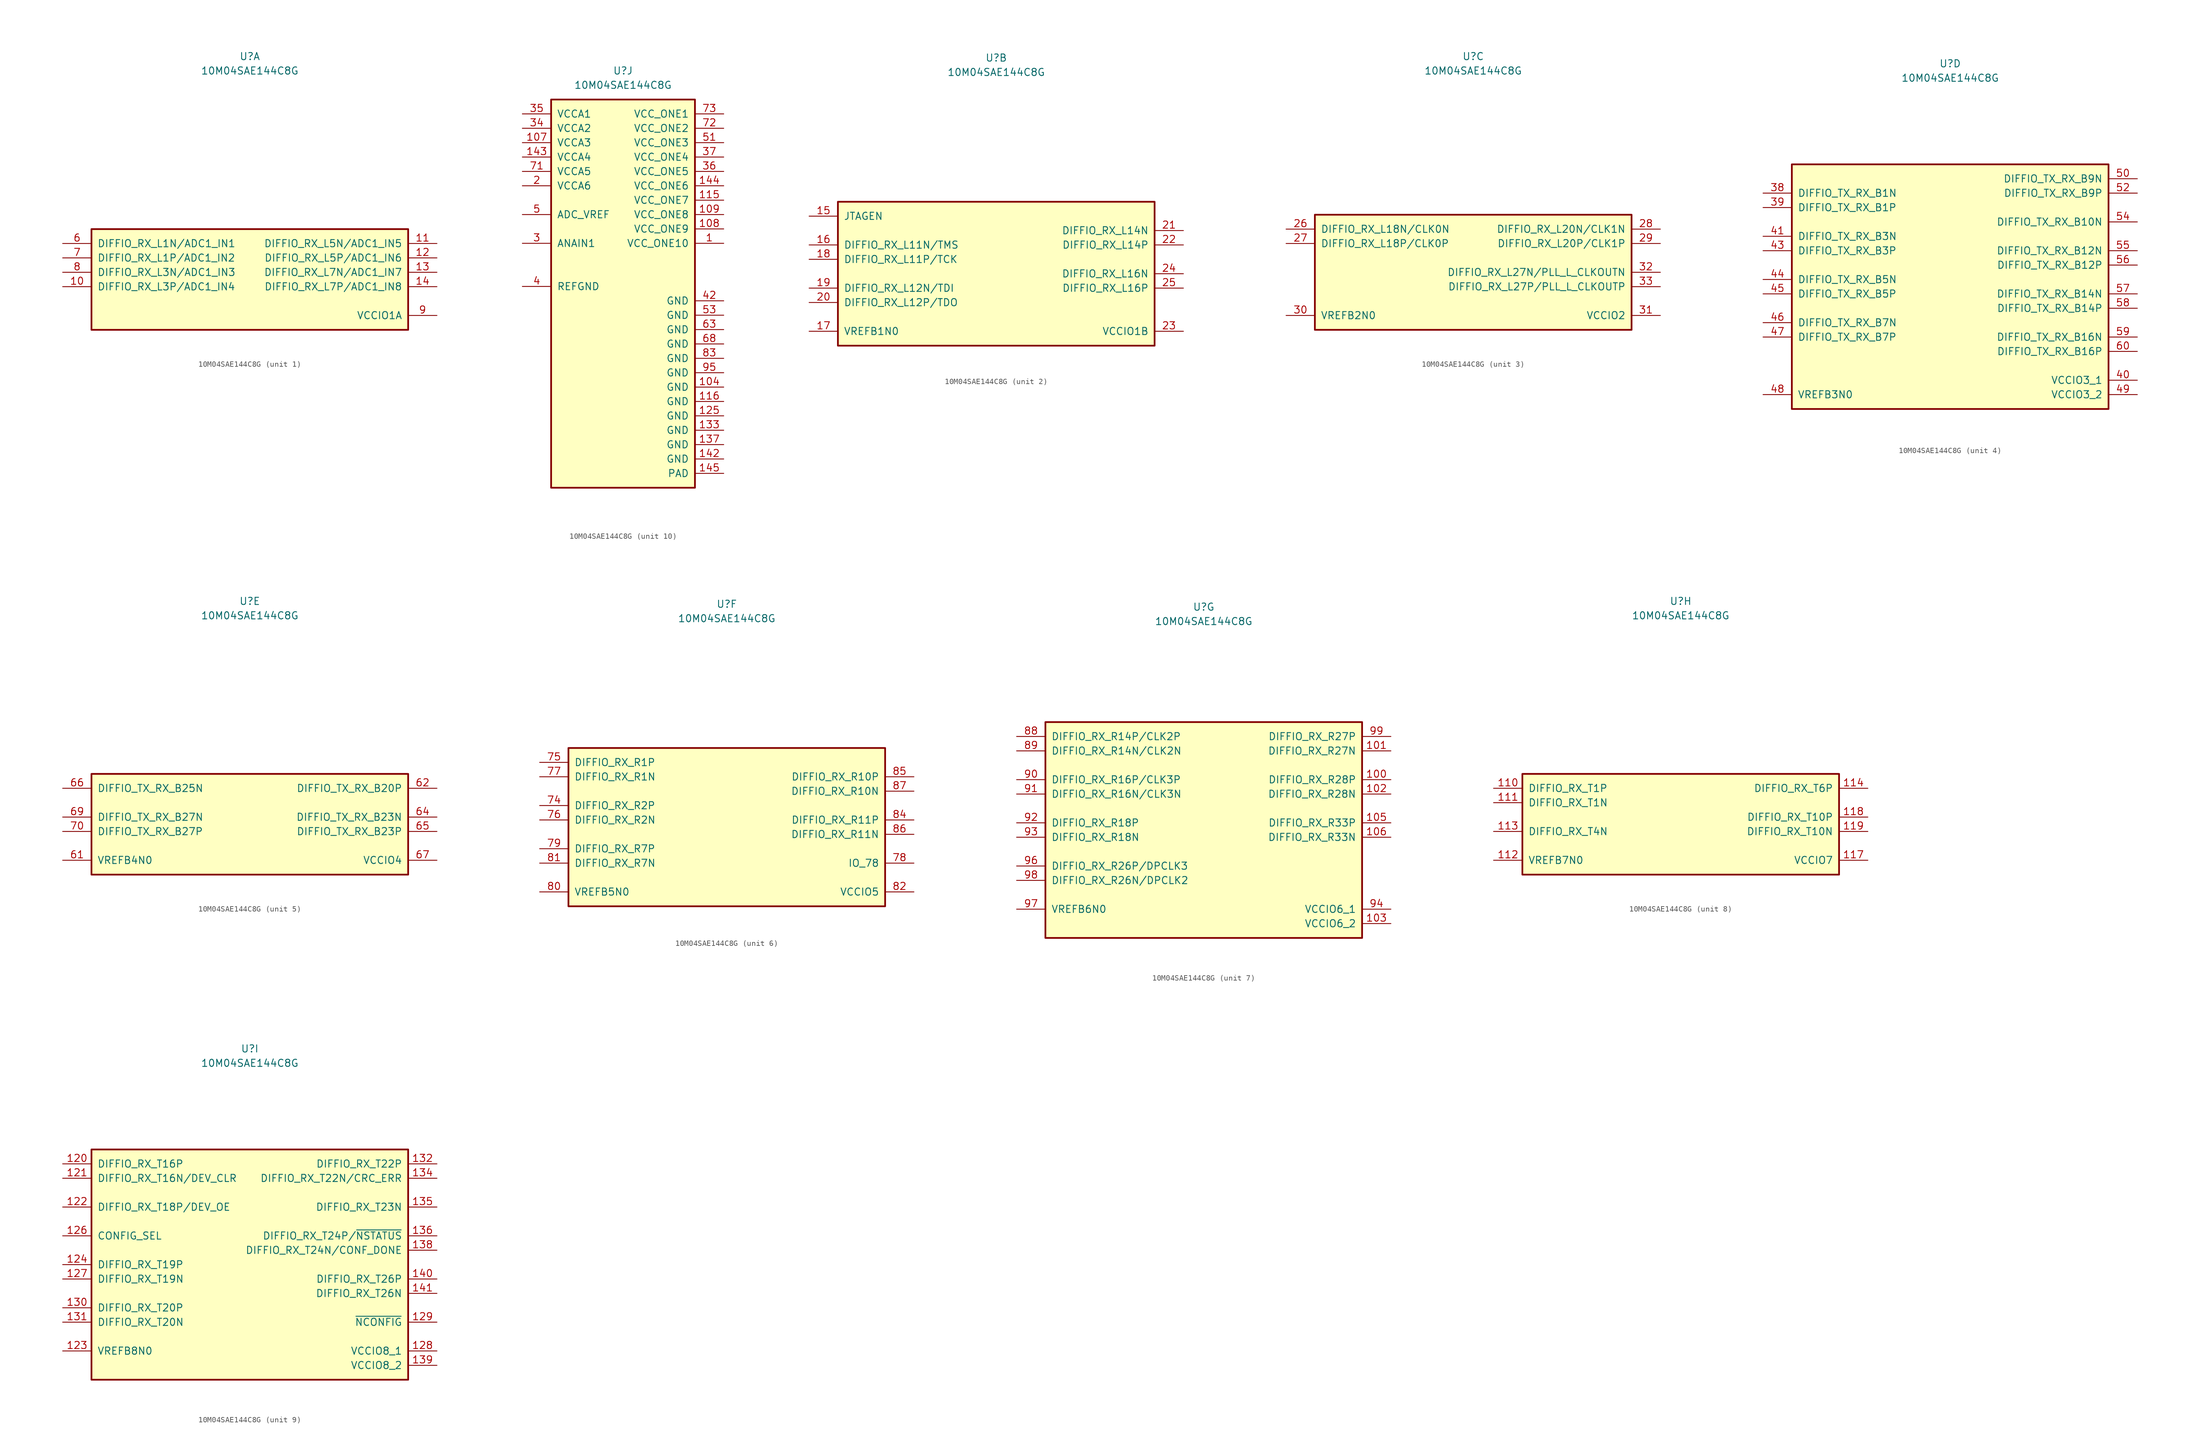
<source format=kicad_sym>
(kicad_symbol_lib
  (version 20211014)
  (generator kicad_symbol_editor)
  (symbol "10M04SAE144C8G"
    (pin_names
      (offset 1.016))
    (property "Reference" "U"
      (at 0 38.1 0)
      (effects (font (size 1.27 1.27))))
    (property "Value" "10M04SAE144C8G"
      (at 0 35.56 0)
      (effects (font (size 1.27 1.27))))
    (property "ki_locked" ""
      (at 0 0 0)
      (effects (font (size 1.27 1.27))))
    (symbol "10M04SAE144C8G_1_0"
      (pin bidirectional line (at -33.02 -2.54 0) (length 5.08) (name "DIFFIO_RX_L3P/ADC1_IN4" (effects (font (size 1.27 1.27)))) (number "10" (effects (font (size 1.27 1.27)))))
      (pin bidirectional line (at 33.02 5.08 180) (length 5.08) (name "DIFFIO_RX_L5N/ADC1_IN5" (effects (font (size 1.27 1.27)))) (number "11" (effects (font (size 1.27 1.27)))))
      (pin bidirectional line (at 33.02 2.54 180) (length 5.08) (name "DIFFIO_RX_L5P/ADC1_IN6" (effects (font (size 1.27 1.27)))) (number "12" (effects (font (size 1.27 1.27)))))
      (pin bidirectional line (at 33.02 0 180) (length 5.08) (name "DIFFIO_RX_L7N/ADC1_IN7" (effects (font (size 1.27 1.27)))) (number "13" (effects (font (size 1.27 1.27)))))
      (pin bidirectional line (at 33.02 -2.54 180) (length 5.08) (name "DIFFIO_RX_L7P/ADC1_IN8" (effects (font (size 1.27 1.27)))) (number "14" (effects (font (size 1.27 1.27)))))
      (pin bidirectional line (at -33.02 5.08 0) (length 5.08) (name "DIFFIO_RX_L1N/ADC1_IN1" (effects (font (size 1.27 1.27)))) (number "6" (effects (font (size 1.27 1.27)))))
      (pin bidirectional line (at -33.02 2.54 0) (length 5.08) (name "DIFFIO_RX_L1P/ADC1_IN2" (effects (font (size 1.27 1.27)))) (number "7" (effects (font (size 1.27 1.27)))))
      (pin bidirectional line (at -33.02 0 0) (length 5.08) (name "DIFFIO_RX_L3N/ADC1_IN3" (effects (font (size 1.27 1.27)))) (number "8" (effects (font (size 1.27 1.27)))))
      (pin power_in line (at 33.02 -7.62 180) (length 5.08) (name "VCCIO1A" (effects (font (size 1.27 1.27)))) (number "9" (effects (font (size 1.27 1.27))))))
    (symbol "10M04SAE144C8G_1_1"
      (rectangle (start -27.94 7.62) (end 27.94 -10.16) (stroke (width 0.305) (type default) (color 0 0 0 0)) (fill (type background))))
    (symbol "10M04SAE144C8G_2_0"
      (rectangle (start -27.94 12.7) (end 27.94 -12.7) (stroke (width 0.305) (type default) (color 0 0 0 0)) (fill (type background)))
      (pin bidirectional line (at -33.02 10.16 0) (length 5.08) (name "JTAGEN" (effects (font (size 1.27 1.27)))) (number "15" (effects (font (size 1.27 1.27)))))
      (pin bidirectional line (at -33.02 5.08 0) (length 5.08) (name "DIFFIO_RX_L11N/TMS" (effects (font (size 1.27 1.27)))) (number "16" (effects (font (size 1.27 1.27)))))
      (pin power_in line (at -33.02 -10.16 0) (length 5.08) (name "VREFB1N0" (effects (font (size 1.27 1.27)))) (number "17" (effects (font (size 1.27 1.27)))))
      (pin bidirectional line (at -33.02 2.54 0) (length 5.08) (name "DIFFIO_RX_L11P/TCK" (effects (font (size 1.27 1.27)))) (number "18" (effects (font (size 1.27 1.27)))))
      (pin bidirectional line (at -33.02 -2.54 0) (length 5.08) (name "DIFFIO_RX_L12N/TDI" (effects (font (size 1.27 1.27)))) (number "19" (effects (font (size 1.27 1.27)))))
      (pin bidirectional line (at -33.02 -5.08 0) (length 5.08) (name "DIFFIO_RX_L12P/TDO" (effects (font (size 1.27 1.27)))) (number "20" (effects (font (size 1.27 1.27)))))
      (pin bidirectional line (at 33.02 7.62 180) (length 5.08) (name "DIFFIO_RX_L14N" (effects (font (size 1.27 1.27)))) (number "21" (effects (font (size 1.27 1.27)))))
      (pin bidirectional line (at 33.02 5.08 180) (length 5.08) (name "DIFFIO_RX_L14P" (effects (font (size 1.27 1.27)))) (number "22" (effects (font (size 1.27 1.27)))))
      (pin power_in line (at 33.02 -10.16 180) (length 5.08) (name "VCCIO1B" (effects (font (size 1.27 1.27)))) (number "23" (effects (font (size 1.27 1.27)))))
      (pin bidirectional line (at 33.02 0 180) (length 5.08) (name "DIFFIO_RX_L16N" (effects (font (size 1.27 1.27)))) (number "24" (effects (font (size 1.27 1.27)))))
      (pin bidirectional line (at 33.02 -2.54 180) (length 5.08) (name "DIFFIO_RX_L16P" (effects (font (size 1.27 1.27)))) (number "25" (effects (font (size 1.27 1.27))))))
    (symbol "10M04SAE144C8G_3_0"
      (rectangle (start -27.94 10.16) (end 27.94 -10.16) (stroke (width 0.305) (type default) (color 0 0 0 0)) (fill (type background)))
      (pin bidirectional line (at -33.02 7.62 0) (length 5.08) (name "DIFFIO_RX_L18N/CLK0N" (effects (font (size 1.27 1.27)))) (number "26" (effects (font (size 1.27 1.27)))))
      (pin bidirectional line (at -33.02 5.08 0) (length 5.08) (name "DIFFIO_RX_L18P/CLK0P" (effects (font (size 1.27 1.27)))) (number "27" (effects (font (size 1.27 1.27)))))
      (pin bidirectional line (at 33.02 7.62 180) (length 5.08) (name "DIFFIO_RX_L20N/CLK1N" (effects (font (size 1.27 1.27)))) (number "28" (effects (font (size 1.27 1.27)))))
      (pin bidirectional line (at 33.02 5.08 180) (length 5.08) (name "DIFFIO_RX_L20P/CLK1P" (effects (font (size 1.27 1.27)))) (number "29" (effects (font (size 1.27 1.27)))))
      (pin power_in line (at -33.02 -7.62 0) (length 5.08) (name "VREFB2N0" (effects (font (size 1.27 1.27)))) (number "30" (effects (font (size 1.27 1.27)))))
      (pin power_in line (at 33.02 -7.62 180) (length 5.08) (name "VCCIO2" (effects (font (size 1.27 1.27)))) (number "31" (effects (font (size 1.27 1.27)))))
      (pin bidirectional line (at 33.02 0 180) (length 5.08) (name "DIFFIO_RX_L27N/PLL_L_CLKOUTN" (effects (font (size 1.27 1.27)))) (number "32" (effects (font (size 1.27 1.27)))))
      (pin bidirectional line (at 33.02 -2.54 180) (length 5.08) (name "DIFFIO_RX_L27P/PLL_L_CLKOUTP" (effects (font (size 1.27 1.27)))) (number "33" (effects (font (size 1.27 1.27))))))
    (symbol "10M04SAE144C8G_4_0"
      (rectangle (start 27.94 -22.86) (end -27.94 20.32) (stroke (width 0.305) (type default) (color 0 0 0 0)) (fill (type background)))
      (pin bidirectional line (at -33.02 15.24 0) (length 5.08) (name "DIFFIO_TX_RX_B1N" (effects (font (size 1.27 1.27)))) (number "38" (effects (font (size 1.27 1.27)))))
      (pin bidirectional line (at -33.02 12.7 0) (length 5.08) (name "DIFFIO_TX_RX_B1P" (effects (font (size 1.27 1.27)))) (number "39" (effects (font (size 1.27 1.27)))))
      (pin power_in line (at 33.02 -17.78 180) (length 5.08) (name "VCCIO3_1" (effects (font (size 1.27 1.27)))) (number "40" (effects (font (size 1.27 1.27)))))
      (pin bidirectional line (at -33.02 7.62 0) (length 5.08) (name "DIFFIO_TX_RX_B3N" (effects (font (size 1.27 1.27)))) (number "41" (effects (font (size 1.27 1.27)))))
      (pin bidirectional line (at -33.02 5.08 0) (length 5.08) (name "DIFFIO_TX_RX_B3P" (effects (font (size 1.27 1.27)))) (number "43" (effects (font (size 1.27 1.27)))))
      (pin bidirectional line (at -33.02 0 0) (length 5.08) (name "DIFFIO_TX_RX_B5N" (effects (font (size 1.27 1.27)))) (number "44" (effects (font (size 1.27 1.27)))))
      (pin bidirectional line (at -33.02 -2.54 0) (length 5.08) (name "DIFFIO_TX_RX_B5P" (effects (font (size 1.27 1.27)))) (number "45" (effects (font (size 1.27 1.27)))))
      (pin bidirectional line (at -33.02 -7.62 0) (length 5.08) (name "DIFFIO_TX_RX_B7N" (effects (font (size 1.27 1.27)))) (number "46" (effects (font (size 1.27 1.27)))))
      (pin bidirectional line (at -33.02 -10.16 0) (length 5.08) (name "DIFFIO_TX_RX_B7P" (effects (font (size 1.27 1.27)))) (number "47" (effects (font (size 1.27 1.27)))))
      (pin power_in line (at -33.02 -20.32 0) (length 5.08) (name "VREFB3N0" (effects (font (size 1.27 1.27)))) (number "48" (effects (font (size 1.27 1.27)))))
      (pin power_in line (at 33.02 -20.32 180) (length 5.08) (name "VCCIO3_2" (effects (font (size 1.27 1.27)))) (number "49" (effects (font (size 1.27 1.27)))))
      (pin bidirectional line (at 33.02 17.78 180) (length 5.08) (name "DIFFIO_TX_RX_B9N" (effects (font (size 1.27 1.27)))) (number "50" (effects (font (size 1.27 1.27)))))
      (pin bidirectional line (at 33.02 15.24 180) (length 5.08) (name "DIFFIO_TX_RX_B9P" (effects (font (size 1.27 1.27)))) (number "52" (effects (font (size 1.27 1.27)))))
      (pin bidirectional line (at 33.02 10.16 180) (length 5.08) (name "DIFFIO_TX_RX_B10N" (effects (font (size 1.27 1.27)))) (number "54" (effects (font (size 1.27 1.27)))))
      (pin bidirectional line (at 33.02 5.08 180) (length 5.08) (name "DIFFIO_TX_RX_B12N" (effects (font (size 1.27 1.27)))) (number "55" (effects (font (size 1.27 1.27)))))
      (pin bidirectional line (at 33.02 2.54 180) (length 5.08) (name "DIFFIO_TX_RX_B12P" (effects (font (size 1.27 1.27)))) (number "56" (effects (font (size 1.27 1.27)))))
      (pin bidirectional line (at 33.02 -2.54 180) (length 5.08) (name "DIFFIO_TX_RX_B14N" (effects (font (size 1.27 1.27)))) (number "57" (effects (font (size 1.27 1.27)))))
      (pin bidirectional line (at 33.02 -5.08 180) (length 5.08) (name "DIFFIO_TX_RX_B14P" (effects (font (size 1.27 1.27)))) (number "58" (effects (font (size 1.27 1.27)))))
      (pin bidirectional line (at 33.02 -10.16 180) (length 5.08) (name "DIFFIO_TX_RX_B16N" (effects (font (size 1.27 1.27)))) (number "59" (effects (font (size 1.27 1.27)))))
      (pin bidirectional line (at 33.02 -12.7 180) (length 5.08) (name "DIFFIO_TX_RX_B16P" (effects (font (size 1.27 1.27)))) (number "60" (effects (font (size 1.27 1.27))))))
    (symbol "10M04SAE144C8G_5_0"
      (pin power_in line (at -33.02 -7.62 0) (length 5.08) (name "VREFB4N0" (effects (font (size 1.27 1.27)))) (number "61" (effects (font (size 1.27 1.27)))))
      (pin bidirectional line (at 33.02 5.08 180) (length 5.08) (name "DIFFIO_TX_RX_B20P" (effects (font (size 1.27 1.27)))) (number "62" (effects (font (size 1.27 1.27)))))
      (pin bidirectional line (at 33.02 0 180) (length 5.08) (name "DIFFIO_TX_RX_B23N" (effects (font (size 1.27 1.27)))) (number "64" (effects (font (size 1.27 1.27)))))
      (pin bidirectional line (at 33.02 -2.54 180) (length 5.08) (name "DIFFIO_TX_RX_B23P" (effects (font (size 1.27 1.27)))) (number "65" (effects (font (size 1.27 1.27)))))
      (pin bidirectional line (at -33.02 5.08 0) (length 5.08) (name "DIFFIO_TX_RX_B25N" (effects (font (size 1.27 1.27)))) (number "66" (effects (font (size 1.27 1.27)))))
      (pin power_in line (at 33.02 -7.62 180) (length 5.08) (name "VCCIO4" (effects (font (size 1.27 1.27)))) (number "67" (effects (font (size 1.27 1.27)))))
      (pin bidirectional line (at -33.02 0 0) (length 5.08) (name "DIFFIO_TX_RX_B27N" (effects (font (size 1.27 1.27)))) (number "69" (effects (font (size 1.27 1.27)))))
      (pin bidirectional line (at -33.02 -2.54 0) (length 5.08) (name "DIFFIO_TX_RX_B27P" (effects (font (size 1.27 1.27)))) (number "70" (effects (font (size 1.27 1.27))))))
    (symbol "10M04SAE144C8G_5_1"
      (rectangle (start -27.94 7.62) (end 27.94 -10.16) (stroke (width 0.305) (type default) (color 0 0 0 0)) (fill (type background))))
    (symbol "10M04SAE144C8G_6_0"
      (pin bidirectional line (at -33.02 2.54 0) (length 5.08) (name "DIFFIO_RX_R2P" (effects (font (size 1.27 1.27)))) (number "74" (effects (font (size 1.27 1.27)))))
      (pin bidirectional line (at -33.02 10.16 0) (length 5.08) (name "DIFFIO_RX_R1P" (effects (font (size 1.27 1.27)))) (number "75" (effects (font (size 1.27 1.27)))))
      (pin bidirectional line (at -33.02 0 0) (length 5.08) (name "DIFFIO_RX_R2N" (effects (font (size 1.27 1.27)))) (number "76" (effects (font (size 1.27 1.27)))))
      (pin bidirectional line (at -33.02 7.62 0) (length 5.08) (name "DIFFIO_RX_R1N" (effects (font (size 1.27 1.27)))) (number "77" (effects (font (size 1.27 1.27)))))
      (pin bidirectional line (at 33.02 -7.62 180) (length 5.08) (name "IO_78" (effects (font (size 1.27 1.27)))) (number "78" (effects (font (size 1.27 1.27)))))
      (pin bidirectional line (at -33.02 -5.08 0) (length 5.08) (name "DIFFIO_RX_R7P" (effects (font (size 1.27 1.27)))) (number "79" (effects (font (size 1.27 1.27)))))
      (pin power_in line (at -33.02 -12.7 0) (length 5.08) (name "VREFB5N0" (effects (font (size 1.27 1.27)))) (number "80" (effects (font (size 1.27 1.27)))))
      (pin bidirectional line (at -33.02 -7.62 0) (length 5.08) (name "DIFFIO_RX_R7N" (effects (font (size 1.27 1.27)))) (number "81" (effects (font (size 1.27 1.27)))))
      (pin power_in line (at 33.02 -12.7 180) (length 5.08) (name "VCCIO5" (effects (font (size 1.27 1.27)))) (number "82" (effects (font (size 1.27 1.27)))))
      (pin bidirectional line (at 33.02 0 180) (length 5.08) (name "DIFFIO_RX_R11P" (effects (font (size 1.27 1.27)))) (number "84" (effects (font (size 1.27 1.27)))))
      (pin bidirectional line (at 33.02 7.62 180) (length 5.08) (name "DIFFIO_RX_R10P" (effects (font (size 1.27 1.27)))) (number "85" (effects (font (size 1.27 1.27)))))
      (pin bidirectional line (at 33.02 -2.54 180) (length 5.08) (name "DIFFIO_RX_R11N" (effects (font (size 1.27 1.27)))) (number "86" (effects (font (size 1.27 1.27)))))
      (pin bidirectional line (at 33.02 5.08 180) (length 5.08) (name "DIFFIO_RX_R10N" (effects (font (size 1.27 1.27)))) (number "87" (effects (font (size 1.27 1.27))))))
    (symbol "10M04SAE144C8G_6_1"
      (rectangle (start -27.94 12.7) (end 27.94 -15.24) (stroke (width 0.305) (type default) (color 0 0 0 0)) (fill (type background))))
    (symbol "10M04SAE144C8G_7_0"
      (pin bidirectional line (at 33.02 7.62 180) (length 5.08) (name "DIFFIO_RX_R28P" (effects (font (size 1.27 1.27)))) (number "100" (effects (font (size 1.27 1.27)))))
      (pin bidirectional line (at 33.02 12.7 180) (length 5.08) (name "DIFFIO_RX_R27N" (effects (font (size 1.27 1.27)))) (number "101" (effects (font (size 1.27 1.27)))))
      (pin bidirectional line (at 33.02 5.08 180) (length 5.08) (name "DIFFIO_RX_R28N" (effects (font (size 1.27 1.27)))) (number "102" (effects (font (size 1.27 1.27)))))
      (pin power_in line (at 33.02 -17.78 180) (length 5.08) (name "VCCIO6_2" (effects (font (size 1.27 1.27)))) (number "103" (effects (font (size 1.27 1.27)))))
      (pin bidirectional line (at 33.02 0 180) (length 5.08) (name "DIFFIO_RX_R33P" (effects (font (size 1.27 1.27)))) (number "105" (effects (font (size 1.27 1.27)))))
      (pin bidirectional line (at 33.02 -2.54 180) (length 5.08) (name "DIFFIO_RX_R33N" (effects (font (size 1.27 1.27)))) (number "106" (effects (font (size 1.27 1.27)))))
      (pin bidirectional line (at -33.02 15.24 0) (length 5.08) (name "DIFFIO_RX_R14P/CLK2P" (effects (font (size 1.27 1.27)))) (number "88" (effects (font (size 1.27 1.27)))))
      (pin bidirectional line (at -33.02 12.7 0) (length 5.08) (name "DIFFIO_RX_R14N/CLK2N" (effects (font (size 1.27 1.27)))) (number "89" (effects (font (size 1.27 1.27)))))
      (pin bidirectional line (at -33.02 7.62 0) (length 5.08) (name "DIFFIO_RX_R16P/CLK3P" (effects (font (size 1.27 1.27)))) (number "90" (effects (font (size 1.27 1.27)))))
      (pin bidirectional line (at -33.02 5.08 0) (length 5.08) (name "DIFFIO_RX_R16N/CLK3N" (effects (font (size 1.27 1.27)))) (number "91" (effects (font (size 1.27 1.27)))))
      (pin bidirectional line (at -33.02 0 0) (length 5.08) (name "DIFFIO_RX_R18P" (effects (font (size 1.27 1.27)))) (number "92" (effects (font (size 1.27 1.27)))))
      (pin bidirectional line (at -33.02 -2.54 0) (length 5.08) (name "DIFFIO_RX_R18N" (effects (font (size 1.27 1.27)))) (number "93" (effects (font (size 1.27 1.27)))))
      (pin power_in line (at 33.02 -15.24 180) (length 5.08) (name "VCCIO6_1" (effects (font (size 1.27 1.27)))) (number "94" (effects (font (size 1.27 1.27)))))
      (pin bidirectional line (at -33.02 -7.62 0) (length 5.08) (name "DIFFIO_RX_R26P/DPCLK3" (effects (font (size 1.27 1.27)))) (number "96" (effects (font (size 1.27 1.27)))))
      (pin power_in line (at -33.02 -15.24 0) (length 5.08) (name "VREFB6N0" (effects (font (size 1.27 1.27)))) (number "97" (effects (font (size 1.27 1.27)))))
      (pin bidirectional line (at -33.02 -10.16 0) (length 5.08) (name "DIFFIO_RX_R26N/DPCLK2" (effects (font (size 1.27 1.27)))) (number "98" (effects (font (size 1.27 1.27)))))
      (pin bidirectional line (at 33.02 15.24 180) (length 5.08) (name "DIFFIO_RX_R27P" (effects (font (size 1.27 1.27)))) (number "99" (effects (font (size 1.27 1.27))))))
    (symbol "10M04SAE144C8G_7_1"
      (rectangle (start -27.94 17.78) (end 27.94 -20.32) (stroke (width 0.305) (type default) (color 0 0 0 0)) (fill (type background))))
    (symbol "10M04SAE144C8G_8_0"
      (pin bidirectional line (at -33.02 5.08 0) (length 5.08) (name "DIFFIO_RX_T1P" (effects (font (size 1.27 1.27)))) (number "110" (effects (font (size 1.27 1.27)))))
      (pin bidirectional line (at -33.02 2.54 0) (length 5.08) (name "DIFFIO_RX_T1N" (effects (font (size 1.27 1.27)))) (number "111" (effects (font (size 1.27 1.27)))))
      (pin power_in line (at -33.02 -7.62 0) (length 5.08) (name "VREFB7N0" (effects (font (size 1.27 1.27)))) (number "112" (effects (font (size 1.27 1.27)))))
      (pin bidirectional line (at -33.02 -2.54 0) (length 5.08) (name "DIFFIO_RX_T4N" (effects (font (size 1.27 1.27)))) (number "113" (effects (font (size 1.27 1.27)))))
      (pin bidirectional line (at 33.02 5.08 180) (length 5.08) (name "DIFFIO_RX_T6P" (effects (font (size 1.27 1.27)))) (number "114" (effects (font (size 1.27 1.27)))))
      (pin power_in line (at 33.02 -7.62 180) (length 5.08) (name "VCCIO7" (effects (font (size 1.27 1.27)))) (number "117" (effects (font (size 1.27 1.27)))))
      (pin bidirectional line (at 33.02 0 180) (length 5.08) (name "DIFFIO_RX_T10P" (effects (font (size 1.27 1.27)))) (number "118" (effects (font (size 1.27 1.27)))))
      (pin bidirectional line (at 33.02 -2.54 180) (length 5.08) (name "DIFFIO_RX_T10N" (effects (font (size 1.27 1.27)))) (number "119" (effects (font (size 1.27 1.27))))))
    (symbol "10M04SAE144C8G_8_1"
      (rectangle (start -27.94 7.62) (end 27.94 -10.16) (stroke (width 0.305) (type default) (color 0 0 0 0)) (fill (type background))))
    (symbol "10M04SAE144C8G_9_0"
      (pin bidirectional line (at -33.02 17.78 0) (length 5.08) (name "DIFFIO_RX_T16P" (effects (font (size 1.27 1.27)))) (number "120" (effects (font (size 1.27 1.27)))))
      (pin bidirectional line (at -33.02 15.24 0) (length 5.08) (name "DIFFIO_RX_T16N/DEV_CLR" (effects (font (size 1.27 1.27)))) (number "121" (effects (font (size 1.27 1.27)))))
      (pin bidirectional line (at -33.02 10.16 0) (length 5.08) (name "DIFFIO_RX_T18P/DEV_OE" (effects (font (size 1.27 1.27)))) (number "122" (effects (font (size 1.27 1.27)))))
      (pin power_in line (at -33.02 -15.24 0) (length 5.08) (name "VREFB8N0" (effects (font (size 1.27 1.27)))) (number "123" (effects (font (size 1.27 1.27)))))
      (pin bidirectional line (at -33.02 0 0) (length 5.08) (name "DIFFIO_RX_T19P" (effects (font (size 1.27 1.27)))) (number "124" (effects (font (size 1.27 1.27)))))
      (pin input line (at -33.02 5.08 0) (length 5.08) (name "CONFIG_SEL" (effects (font (size 1.27 1.27)))) (number "126" (effects (font (size 1.27 1.27)))))
      (pin bidirectional line (at -33.02 -2.54 0) (length 5.08) (name "DIFFIO_RX_T19N" (effects (font (size 1.27 1.27)))) (number "127" (effects (font (size 1.27 1.27)))))
      (pin power_in line (at 33.02 -15.24 180) (length 5.08) (name "VCCIO8_1" (effects (font (size 1.27 1.27)))) (number "128" (effects (font (size 1.27 1.27)))))
      (pin input line (at 33.02 -10.16 180) (length 5.08) (name "~{NCONFIG}" (effects (font (size 1.27 1.27)))) (number "129" (effects (font (size 1.27 1.27)))))
      (pin bidirectional line (at -33.02 -7.62 0) (length 5.08) (name "DIFFIO_RX_T20P" (effects (font (size 1.27 1.27)))) (number "130" (effects (font (size 1.27 1.27)))))
      (pin bidirectional line (at -33.02 -10.16 0) (length 5.08) (name "DIFFIO_RX_T20N" (effects (font (size 1.27 1.27)))) (number "131" (effects (font (size 1.27 1.27)))))
      (pin bidirectional line (at 33.02 17.78 180) (length 5.08) (name "DIFFIO_RX_T22P" (effects (font (size 1.27 1.27)))) (number "132" (effects (font (size 1.27 1.27)))))
      (pin bidirectional line (at 33.02 15.24 180) (length 5.08) (name "DIFFIO_RX_T22N/CRC_ERR" (effects (font (size 1.27 1.27)))) (number "134" (effects (font (size 1.27 1.27)))))
      (pin bidirectional line (at 33.02 10.16 180) (length 5.08) (name "DIFFIO_RX_T23N" (effects (font (size 1.27 1.27)))) (number "135" (effects (font (size 1.27 1.27)))))
      (pin bidirectional line (at 33.02 5.08 180) (length 5.08) (name "DIFFIO_RX_T24P/~{NSTATUS}" (effects (font (size 1.27 1.27)))) (number "136" (effects (font (size 1.27 1.27)))))
      (pin bidirectional line (at 33.02 2.54 180) (length 5.08) (name "DIFFIO_RX_T24N/CONF_DONE" (effects (font (size 1.27 1.27)))) (number "138" (effects (font (size 1.27 1.27)))))
      (pin power_in line (at 33.02 -17.78 180) (length 5.08) (name "VCCIO8_2" (effects (font (size 1.27 1.27)))) (number "139" (effects (font (size 1.27 1.27)))))
      (pin bidirectional line (at 33.02 -2.54 180) (length 5.08) (name "DIFFIO_RX_T26P" (effects (font (size 1.27 1.27)))) (number "140" (effects (font (size 1.27 1.27)))))
      (pin bidirectional line (at 33.02 -5.08 180) (length 5.08) (name "DIFFIO_RX_T26N" (effects (font (size 1.27 1.27)))) (number "141" (effects (font (size 1.27 1.27))))))
    (symbol "10M04SAE144C8G_9_1"
      (rectangle (start -27.94 20.32) (end 27.94 -20.32) (stroke (width 0.305) (type default) (color 0 0 0 0)) (fill (type background))))
    (symbol "10M04SAE144C8G_10_0"
      (pin power_in line (at 17.78 7.62 180) (length 5.08) (name "VCC_ONE10" (effects (font (size 1.27 1.27)))) (number "1" (effects (font (size 1.27 1.27)))))
      (pin power_in line (at 17.78 -17.78 180) (length 5.08) (name "GND" (effects (font (size 1.27 1.27)))) (number "104" (effects (font (size 1.27 1.27)))))
      (pin power_in line (at -17.78 25.4 0) (length 5.08) (name "VCCA3" (effects (font (size 1.27 1.27)))) (number "107" (effects (font (size 1.27 1.27)))))
      (pin power_in line (at 17.78 10.16 180) (length 5.08) (name "VCC_ONE9" (effects (font (size 1.27 1.27)))) (number "108" (effects (font (size 1.27 1.27)))))
      (pin power_in line (at 17.78 12.7 180) (length 5.08) (name "VCC_ONE8" (effects (font (size 1.27 1.27)))) (number "109" (effects (font (size 1.27 1.27)))))
      (pin power_in line (at 17.78 15.24 180) (length 5.08) (name "VCC_ONE7" (effects (font (size 1.27 1.27)))) (number "115" (effects (font (size 1.27 1.27)))))
      (pin power_in line (at 17.78 -20.32 180) (length 5.08) (name "GND" (effects (font (size 1.27 1.27)))) (number "116" (effects (font (size 1.27 1.27)))))
      (pin power_in line (at 17.78 -22.86 180) (length 5.08) (name "GND" (effects (font (size 1.27 1.27)))) (number "125" (effects (font (size 1.27 1.27)))))
      (pin power_in line (at 17.78 -25.4 180) (length 5.08) (name "GND" (effects (font (size 1.27 1.27)))) (number "133" (effects (font (size 1.27 1.27)))))
      (pin power_in line (at 17.78 -27.94 180) (length 5.08) (name "GND" (effects (font (size 1.27 1.27)))) (number "137" (effects (font (size 1.27 1.27)))))
      (pin power_in line (at 17.78 -30.48 180) (length 5.08) (name "GND" (effects (font (size 1.27 1.27)))) (number "142" (effects (font (size 1.27 1.27)))))
      (pin power_in line (at -17.78 22.86 0) (length 5.08) (name "VCCA4" (effects (font (size 1.27 1.27)))) (number "143" (effects (font (size 1.27 1.27)))))
      (pin power_in line (at 17.78 17.78 180) (length 5.08) (name "VCC_ONE6" (effects (font (size 1.27 1.27)))) (number "144" (effects (font (size 1.27 1.27)))))
      (pin power_in line (at 17.78 -33.02 180) (length 5.08) (name "PAD" (effects (font (size 1.27 1.27)))) (number "145" (effects (font (size 1.27 1.27)))))
      (pin power_in line (at -17.78 17.78 0) (length 5.08) (name "VCCA6" (effects (font (size 1.27 1.27)))) (number "2" (effects (font (size 1.27 1.27)))))
      (pin power_in line (at -17.78 7.62 0) (length 5.08) (name "ANAIN1" (effects (font (size 1.27 1.27)))) (number "3" (effects (font (size 1.27 1.27)))))
      (pin power_in line (at -17.78 27.94 0) (length 5.08) (name "VCCA2" (effects (font (size 1.27 1.27)))) (number "34" (effects (font (size 1.27 1.27)))))
      (pin power_in line (at -17.78 30.48 0) (length 5.08) (name "VCCA1" (effects (font (size 1.27 1.27)))) (number "35" (effects (font (size 1.27 1.27)))))
      (pin power_in line (at 17.78 20.32 180) (length 5.08) (name "VCC_ONE5" (effects (font (size 1.27 1.27)))) (number "36" (effects (font (size 1.27 1.27)))))
      (pin power_in line (at 17.78 22.86 180) (length 5.08) (name "VCC_ONE4" (effects (font (size 1.27 1.27)))) (number "37" (effects (font (size 1.27 1.27)))))
      (pin power_in line (at -17.78 0 0) (length 5.08) (name "REFGND" (effects (font (size 1.27 1.27)))) (number "4" (effects (font (size 1.27 1.27)))))
      (pin power_in line (at 17.78 -2.54 180) (length 5.08) (name "GND" (effects (font (size 1.27 1.27)))) (number "42" (effects (font (size 1.27 1.27)))))
      (pin power_in line (at -17.78 12.7 0) (length 5.08) (name "ADC_VREF" (effects (font (size 1.27 1.27)))) (number "5" (effects (font (size 1.27 1.27)))))
      (pin power_in line (at 17.78 25.4 180) (length 5.08) (name "VCC_ONE3" (effects (font (size 1.27 1.27)))) (number "51" (effects (font (size 1.27 1.27)))))
      (pin power_in line (at 17.78 -5.08 180) (length 5.08) (name "GND" (effects (font (size 1.27 1.27)))) (number "53" (effects (font (size 1.27 1.27)))))
      (pin power_in line (at 17.78 -7.62 180) (length 5.08) (name "GND" (effects (font (size 1.27 1.27)))) (number "63" (effects (font (size 1.27 1.27)))))
      (pin power_in line (at 17.78 -10.16 180) (length 5.08) (name "GND" (effects (font (size 1.27 1.27)))) (number "68" (effects (font (size 1.27 1.27)))))
      (pin power_in line (at -17.78 20.32 0) (length 5.08) (name "VCCA5" (effects (font (size 1.27 1.27)))) (number "71" (effects (font (size 1.27 1.27)))))
      (pin power_in line (at 17.78 27.94 180) (length 5.08) (name "VCC_ONE2" (effects (font (size 1.27 1.27)))) (number "72" (effects (font (size 1.27 1.27)))))
      (pin power_in line (at 17.78 30.48 180) (length 5.08) (name "VCC_ONE1" (effects (font (size 1.27 1.27)))) (number "73" (effects (font (size 1.27 1.27)))))
      (pin power_in line (at 17.78 -12.7 180) (length 5.08) (name "GND" (effects (font (size 1.27 1.27)))) (number "83" (effects (font (size 1.27 1.27)))))
      (pin power_in line (at 17.78 -15.24 180) (length 5.08) (name "GND" (effects (font (size 1.27 1.27)))) (number "95" (effects (font (size 1.27 1.27))))))
    (symbol "10M04SAE144C8G_10_1"
      (rectangle (start -12.7 33.02) (end 12.7 -35.56) (stroke (width 0.305) (type default) (color 0 0 0 0)) (fill (type background))))))
</source>
